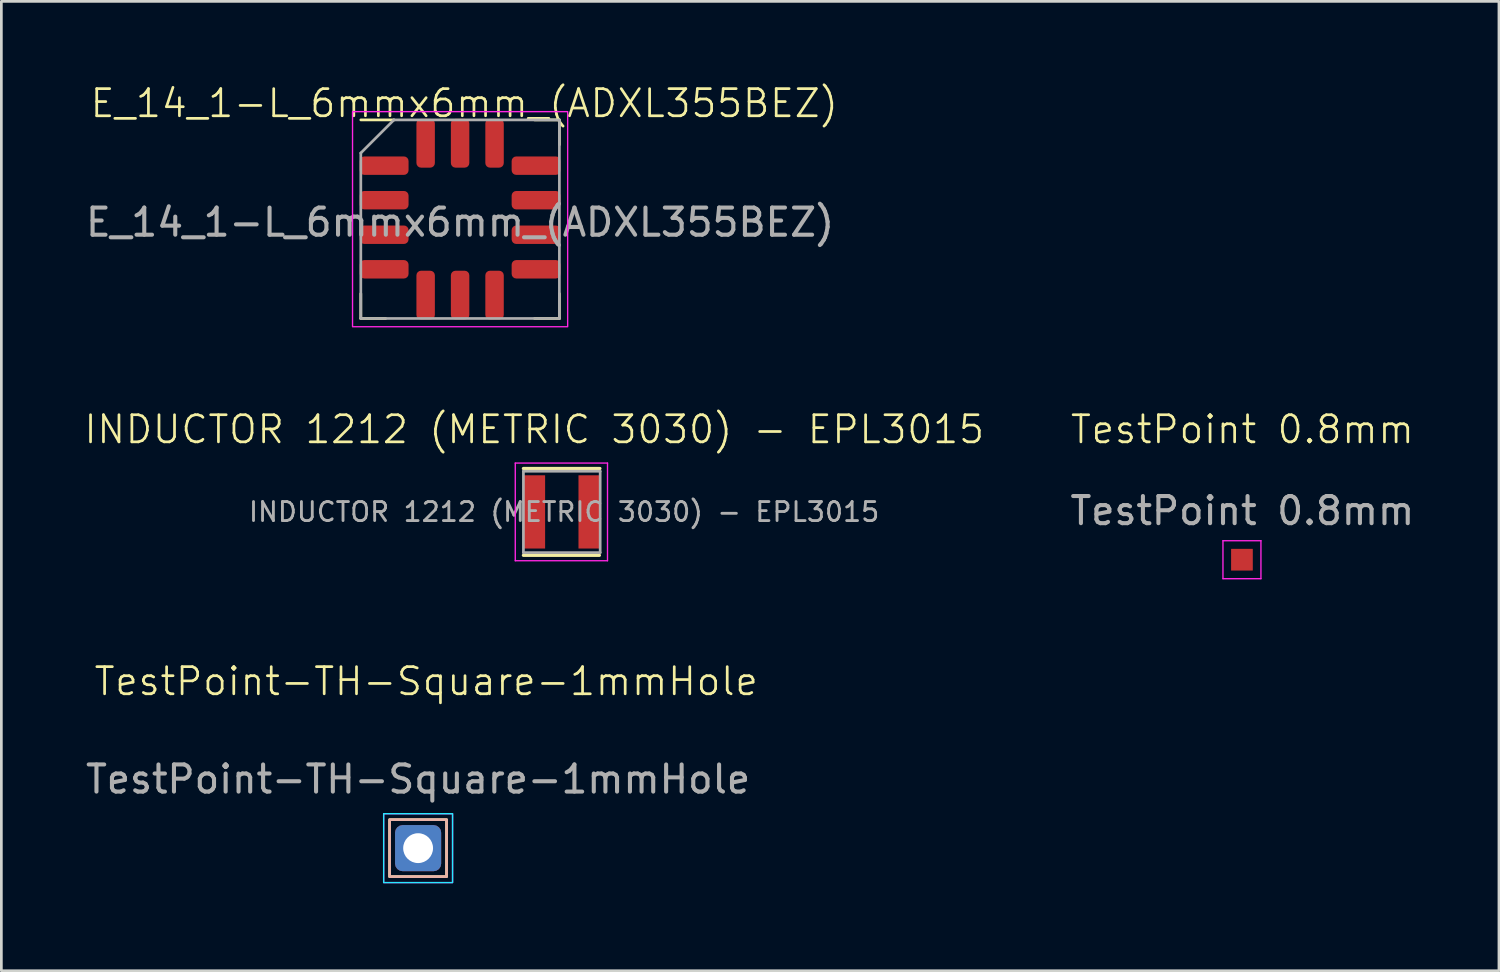
<source format=kicad_pcb>
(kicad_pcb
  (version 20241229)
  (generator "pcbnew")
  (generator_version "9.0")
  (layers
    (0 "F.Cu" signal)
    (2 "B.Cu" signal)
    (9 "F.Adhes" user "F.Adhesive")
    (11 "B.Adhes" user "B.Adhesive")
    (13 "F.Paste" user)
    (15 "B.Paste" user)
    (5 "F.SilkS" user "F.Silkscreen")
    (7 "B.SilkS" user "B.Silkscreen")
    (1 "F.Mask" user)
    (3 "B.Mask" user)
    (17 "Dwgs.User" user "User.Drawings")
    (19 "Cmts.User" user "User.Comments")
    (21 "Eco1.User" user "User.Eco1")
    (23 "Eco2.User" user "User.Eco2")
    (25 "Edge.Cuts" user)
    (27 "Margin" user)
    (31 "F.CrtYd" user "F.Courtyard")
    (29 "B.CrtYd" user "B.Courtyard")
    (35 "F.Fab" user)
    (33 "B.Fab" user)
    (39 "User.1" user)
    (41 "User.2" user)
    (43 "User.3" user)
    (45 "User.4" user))
  (footprint "E_14_1-L_6mmx6mm_(ADXL355BEZ)"
    (layer "F.Cu")
    (at 25.111 5.03)
    (property "Reference" "E_14_1-L_6mmx6mm_(ADXL355BEZ)" (at -11.047 -4.27 0) (unlocked yes) (layer "F.SilkS") (effects (font (size 1 1) (thickness 0.1))))
    (attr smd)
    (fp_line (start -14.86 3.66) (end -14.86 2.745) (stroke (width 0.1) (type default)) (layer "F.SilkS"))
    (fp_line (start -13.945 3.66) (end -14.86 3.66) (stroke (width 0.1) (type default)) (layer "F.SilkS"))
    (fp_line (start -13.64 -3.66) (end -14.86 -3.66) (stroke (width 0.1) (type default)) (layer "F.SilkS"))
    (fp_line (start -8.455 3.66) (end -7.54 3.66) (stroke (width 0.1) (type default)) (layer "F.SilkS"))
    (fp_line (start -7.54 -3.66) (end -8.455 -3.66) (stroke (width 0.1) (type default)) (layer "F.SilkS"))
    (fp_line (start -7.54 -2.745) (end -7.54 -3.66) (stroke (width 0.1) (type default)) (layer "F.SilkS"))
    (fp_line (start -7.54 3.66) (end -7.54 2.745) (stroke (width 0.1) (type default)) (layer "F.SilkS"))
    (fp_rect (start -7.235 -3.965) (end -15.165 3.965) (stroke (width 0.05) (type default)) (fill no) (layer "F.CrtYd"))
    (fp_line (start -14.86 -2.44) (end -13.64 -3.66) (stroke (width 0.1) (type default)) (layer "F.Fab"))
    (fp_line (start -14.86 3.66) (end -14.86 -2.44) (stroke (width 0.1) (type default)) (layer "F.Fab"))
    (fp_line (start -13.64 -3.66) (end -7.54 -3.66) (stroke (width 0.1) (type default)) (layer "F.Fab"))
    (fp_line (start -7.54 -3.66) (end -7.54 3.66) (stroke (width 0.1) (type default)) (layer "F.Fab"))
    (fp_line (start -7.54 3.66) (end -14.86 3.66) (stroke (width 0.1) (type default)) (layer "F.Fab"))
    (fp_text user "${REFERENCE}" (at -11.2 0.117 0) (unlocked yes) (layer "F.Fab") (effects (font (size 1 1) (thickness 0.15))))
    (pad "1" smd roundrect (at -14 -1.973) (size 1.8 0.68) (layers "F.Cu" "F.Mask" "F.Paste") (roundrect_rratio 0.25))
    (pad "2" smd roundrect (at -14 -0.7) (size 1.8 0.68) (layers "F.Cu" "F.Mask" "F.Paste") (roundrect_rratio 0.25))
    (pad "3" smd roundrect (at -14 0.573) (size 1.8 0.68) (layers "F.Cu" "F.Mask" "F.Paste") (roundrect_rratio 0.25))
    (pad "4" smd roundrect (at -14 1.847) (size 1.8 0.68) (layers "F.Cu" "F.Mask" "F.Paste") (roundrect_rratio 0.25))
    (pad "5" smd roundrect (at -12.47 2.8 90) (size 1.8 0.68) (layers "F.Cu" "F.Mask" "F.Paste") (roundrect_rratio 0.25))
    (pad "6" smd roundrect (at -11.2 2.8 90) (size 1.8 0.68) (layers "F.Cu" "F.Mask" "F.Paste") (roundrect_rratio 0.25))
    (pad "7" smd roundrect (at -9.93 2.8 90) (size 1.8 0.68) (layers "F.Cu" "F.Mask" "F.Paste") (roundrect_rratio 0.25))
    (pad "8" smd roundrect (at -8.4 1.847) (size 1.8 0.68) (layers "F.Cu" "F.Mask" "F.Paste") (roundrect_rratio 0.25))
    (pad "9" smd roundrect (at -8.4 0.573) (size 1.8 0.68) (layers "F.Cu" "F.Mask" "F.Paste") (roundrect_rratio 0.25))
    (pad "10" smd roundrect (at -8.4 -0.7) (size 1.8 0.68) (layers "F.Cu" "F.Mask" "F.Paste") (roundrect_rratio 0.25))
    (pad "11" smd roundrect (at -8.4 -1.973) (size 1.8 0.68) (layers "F.Cu" "F.Mask" "F.Paste") (roundrect_rratio 0.25))
    (pad "12" smd roundrect (at -9.93 -2.8 90) (size 1.8 0.68) (layers "F.Cu" "F.Mask" "F.Paste") (roundrect_rratio 0.25))
    (pad "13" smd roundrect (at -11.2 -2.8 90) (size 1.8 0.68) (layers "F.Cu" "F.Mask" "F.Paste") (roundrect_rratio 0.25))
    (pad "14" smd roundrect (at -12.47 -2.8 90) (size 1.8 0.68) (layers "F.Cu" "F.Mask" "F.Paste") (roundrect_rratio 0.25)))
  (footprint "TestPoint-TH-Square-1mmHole"
    (layer "F.Cu")
    (at 12.363 29.486)
    (property "Reference" "TestPoint-TH-Square-1mmHole" (at 0.3 -7.418 0) (unlocked yes) (layer "F.SilkS") (effects (font (size 1 1) (thickness 0.1))))
    (attr through_hole)
    (fp_rect (start 1.05 -0.22) (end -1.05 -2.32) (stroke (width 0.1) (type default)) (fill no) (layer "F.SilkS"))
    (fp_rect (start 1.05 -0.22) (end -1.05 -2.32) (stroke (width 0.1) (type default)) (fill no) (layer "B.SilkS"))
    (fp_rect (start -1.27 0) (end 1.27 -2.54) (stroke (width 0.05) (type default)) (fill no) (layer "B.CrtYd"))
    (fp_rect (start -1.27 0) (end 1.27 -2.54) (stroke (width 0.05) (type default)) (fill no) (layer "F.CrtYd"))
    (fp_text user "${REFERENCE}" (at 0 -3.81 0) (unlocked yes) (layer "F.Fab") (effects (font (size 1 1) (thickness 0.15))))
    (pad "1" thru_hole roundrect (at 0 -1.27) (size 1.7 1.7) (drill 1.1) (layers "*.Cu" "*.Mask") (roundrect_rratio 0.164)))
  (footprint "INDUCTOR 1212 (METRIC 3030) - EPL3015"
    (layer "F.Cu")
    (at 16.645 13.281)
    (property "Reference" "INDUCTOR 1212 (METRIC 3030) - EPL3015" (at 0 -0.5 0) (unlocked yes) (layer "F.SilkS") (effects (font (size 1 1) (thickness 0.1))))
    (attr smd)
    (fp_line (start -0.4 0.94) (end 2.42 0.94) (stroke (width 0.12) (type solid)) (layer "F.SilkS"))
    (fp_line (start -0.4 4.14) (end 2.4 4.14) (stroke (width 0.12) (type solid)) (layer "F.SilkS"))
    (fp_line (start -0.7 0.74) (end -0.7 4.34) (stroke (width 0.05) (type solid)) (layer "F.CrtYd"))
    (fp_line (start -0.7 4.34) (end 2.7 4.34) (stroke (width 0.05) (type solid)) (layer "F.CrtYd"))
    (fp_line (start 2.7 0.74) (end -0.7 0.74) (stroke (width 0.05) (type solid)) (layer "F.CrtYd"))
    (fp_line (start 2.7 4.34) (end 2.7 0.74) (stroke (width 0.05) (type solid)) (layer "F.CrtYd"))
    (fp_line (start -0.4 1.04) (end -0.4 4.04) (stroke (width 0.1) (type solid)) (layer "F.Fab"))
    (fp_line (start -0.4 4.04) (end 2.43 4.04) (stroke (width 0.1) (type solid)) (layer "F.Fab"))
    (fp_line (start 2.43 1.04) (end -0.4 1.04) (stroke (width 0.1) (type solid)) (layer "F.Fab"))
    (fp_line (start 2.43 4.04) (end 2.43 1.04) (stroke (width 0.1) (type solid)) (layer "F.Fab"))
    (fp_text user "${REFERENCE}" (at 1.1 2.54 0) (layer "F.Fab") (effects (font (size 0.7 0.7) (thickness 0.105))))
    (pad "1" smd rect (at 0 2.54) (size 0.8 2.7) (layers "F.Cu" "F.Mask" "F.Paste"))
    (pad "2" smd rect (at 2.03 2.54) (size 0.8 2.7) (layers "F.Cu" "F.Mask" "F.Paste")))
  (footprint "TestPoint 0.8mm"
    (layer "F.Cu")
    (at 42.733 17.583)
    (property "Reference" "TestPoint 0.8mm" (at 0.016 -4.802 0) (unlocked yes) (layer "F.SilkS") (effects (font (size 1 1) (thickness 0.1))))
    (attr smd)
    (fp_line (start -0.7 -0.7) (end -0.7 0.7) (stroke (width 0.05) (type solid)) (layer "F.CrtYd"))
    (fp_line (start -0.7 -0.7) (end 0.7 -0.7) (stroke (width 0.05) (type solid)) (layer "F.CrtYd"))
    (fp_line (start 0.7 0.7) (end -0.7 0.7) (stroke (width 0.05) (type solid)) (layer "F.CrtYd"))
    (fp_line (start 0.7 0.7) (end 0.7 -0.7) (stroke (width 0.05) (type solid)) (layer "F.CrtYd"))
    (fp_text user "${REFERENCE}" (at 0.016 -1.802 0) (unlocked yes) (layer "F.Fab") (effects (font (size 1 1) (thickness 0.15))))
    (pad "1" smd rect (at 0 0) (size 0.8 0.8) (layers "F.Cu" "F.Mask")))
  (gr_rect
    (start -3 -3)
    (end 52.207 32.736)
    (stroke (width 0.1) (type default))
    (fill no)
    (layer "Edge.Cuts")))
</source>
